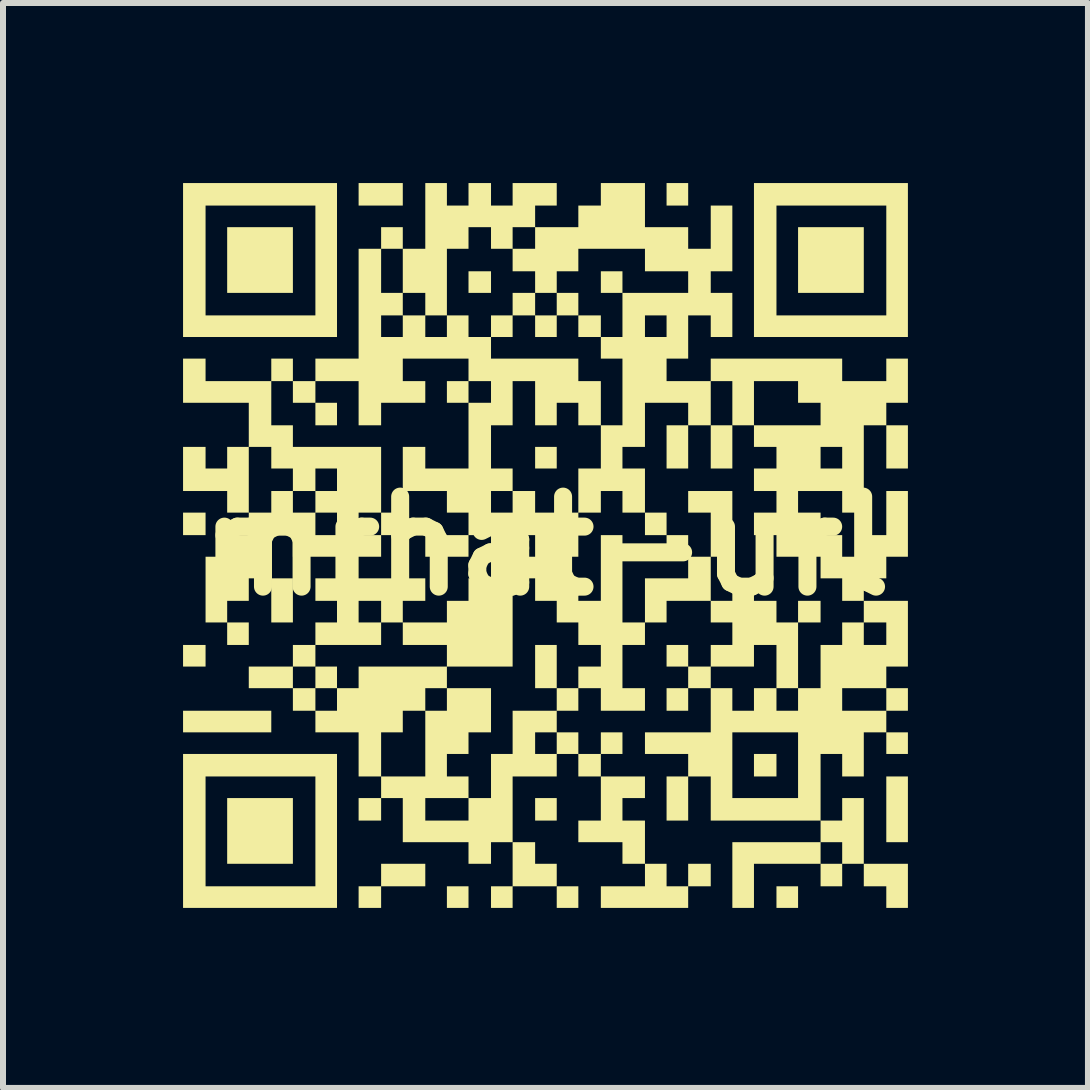
<source format=kicad_pcb>
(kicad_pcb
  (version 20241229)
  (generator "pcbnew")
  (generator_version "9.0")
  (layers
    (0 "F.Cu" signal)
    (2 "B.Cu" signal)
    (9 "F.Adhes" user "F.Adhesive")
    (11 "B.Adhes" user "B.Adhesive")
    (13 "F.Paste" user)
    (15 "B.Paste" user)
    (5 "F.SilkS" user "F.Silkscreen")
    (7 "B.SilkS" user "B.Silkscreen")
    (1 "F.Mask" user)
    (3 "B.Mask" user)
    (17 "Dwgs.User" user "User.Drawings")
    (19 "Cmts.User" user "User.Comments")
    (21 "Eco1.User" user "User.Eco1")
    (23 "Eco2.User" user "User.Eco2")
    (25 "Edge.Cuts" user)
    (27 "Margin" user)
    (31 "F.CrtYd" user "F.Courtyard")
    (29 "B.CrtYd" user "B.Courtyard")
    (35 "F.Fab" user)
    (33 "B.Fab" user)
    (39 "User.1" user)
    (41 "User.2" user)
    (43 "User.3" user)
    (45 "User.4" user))
  (footprint "mrhat-url"
    (layer "F.Cu")
    (at 6.046 6.046)
    (property "Reference" "mrhat-url" (at 0 0 0) (layer "F.SilkS") (effects (font (size 1.5 1.5) (thickness 0.3))))
    (attr board_only exclude_from_pos_files exclude_from_bom)
    (fp_poly (pts (xy -5.671 -0.368) (xy -5.671 -0.18) (xy -5.859 -0.18) (xy -6.046 -0.18) (xy -6.046 -0.368) (xy -6.046 -0.555) (xy -5.859 -0.555) (xy -5.671 -0.555)) (stroke (width 0) (type solid)) (fill yes) (layer "F.SilkS"))
    (fp_poly (pts (xy -5.671 1.83) (xy -5.671 2.01) (xy -5.859 2.01) (xy -6.046 2.01) (xy -6.046 1.83) (xy -6.046 1.65) (xy -5.859 1.65) (xy -5.671 1.65)) (stroke (width 0) (type solid)) (fill yes) (layer "F.SilkS"))
    (fp_poly (pts (xy -4.951 1.463) (xy -4.951 1.65) (xy -5.131 1.65) (xy -5.311 1.65) (xy -5.311 1.463) (xy -5.311 1.275) (xy -5.131 1.275) (xy -4.951 1.275)) (stroke (width 0) (type solid)) (fill yes) (layer "F.SilkS"))
    (fp_poly (pts (xy -4.576 2.926) (xy -4.576 3.106) (xy -5.311 3.106) (xy -6.046 3.106) (xy -6.046 2.926) (xy -6.046 2.746) (xy -5.311 2.746) (xy -4.576 2.746)) (stroke (width 0) (type solid)) (fill yes) (layer "F.SilkS"))
    (fp_poly (pts (xy -4.216 -4.763) (xy -4.216 -4.216) (xy -4.763 -4.216) (xy -5.311 -4.216) (xy -5.311 -4.763) (xy -5.311 -5.311) (xy -4.763 -5.311) (xy -4.216 -5.311)) (stroke (width 0) (type solid)) (fill yes) (layer "F.SilkS"))
    (fp_poly (pts (xy -4.216 0.908) (xy -4.216 1.275) (xy -4.396 1.275) (xy -4.576 1.275) (xy -4.576 0.908) (xy -4.576 0.54) (xy -4.396 0.54) (xy -4.216 0.54)) (stroke (width 0) (type solid)) (fill yes) (layer "F.SilkS"))
    (fp_poly (pts (xy -4.216 4.748) (xy -4.216 5.296) (xy -4.763 5.296) (xy -5.311 5.296) (xy -5.311 4.748) (xy -5.311 4.201) (xy -4.763 4.201) (xy -4.216 4.201)) (stroke (width 0) (type solid)) (fill yes) (layer "F.SilkS"))
    (fp_poly (pts (xy -3.481 -2.198) (xy -3.481 -2.01) (xy -3.661 -2.01) (xy -3.841 -2.01) (xy -3.841 -2.198) (xy -3.841 -2.385) (xy -3.661 -2.385) (xy -3.481 -2.385)) (stroke (width 0) (type solid)) (fill yes) (layer "F.SilkS"))
    (fp_poly (pts (xy -3.481 2.19) (xy -3.481 2.37) (xy -3.661 2.37) (xy -3.841 2.37) (xy -3.841 2.19) (xy -3.841 2.01) (xy -3.661 2.01) (xy -3.481 2.01)) (stroke (width 0) (type solid)) (fill yes) (layer "F.SilkS"))
    (fp_poly (pts (xy -2.385 -5.859) (xy -2.385 -5.671) (xy -2.753 -5.671) (xy -3.121 -5.671) (xy -3.121 -5.859) (xy -3.121 -6.046) (xy -2.753 -6.046) (xy -2.385 -6.046)) (stroke (width 0) (type solid)) (fill yes) (layer "F.SilkS"))
    (fp_poly (pts (xy -2.385 -0.368) (xy -2.385 -0.18) (xy -2.566 -0.18) (xy -2.746 -0.18) (xy -2.746 -0.368) (xy -2.746 -0.555) (xy -2.566 -0.555) (xy -2.385 -0.555)) (stroke (width 0) (type solid)) (fill yes) (layer "F.SilkS"))
    (fp_poly (pts (xy -1.29 -2.566) (xy -1.29 -2.385) (xy -1.47 -2.385) (xy -1.65 -2.385) (xy -1.65 -2.566) (xy -1.65 -2.746) (xy -1.47 -2.746) (xy -1.29 -2.746)) (stroke (width 0) (type solid)) (fill yes) (layer "F.SilkS"))
    (fp_poly (pts (xy -1.29 0) (xy -1.29 0.18) (xy -1.65 0.18) (xy -2.01 0.18) (xy -2.01 0) (xy -2.01 -0.18) (xy -1.65 -0.18) (xy -1.29 -0.18)) (stroke (width 0) (type solid)) (fill yes) (layer "F.SilkS"))
    (fp_poly (pts (xy -1.29 5.851) (xy -1.29 6.031) (xy -1.47 6.031) (xy -1.65 6.031) (xy -1.65 5.851) (xy -1.65 5.671) (xy -1.47 5.671) (xy -1.29 5.671)) (stroke (width 0) (type solid)) (fill yes) (layer "F.SilkS"))
    (fp_poly (pts (xy -0.915 -4.396) (xy -0.915 -4.216) (xy -1.103 -4.216) (xy -1.29 -4.216) (xy -1.29 -4.396) (xy -1.29 -4.576) (xy -1.103 -4.576) (xy -0.915 -4.576)) (stroke (width 0) (type solid)) (fill yes) (layer "F.SilkS"))
    (fp_poly (pts (xy 0.18 -1.47) (xy 0.18 -1.29) (xy 0 -1.29) (xy -0.18 -1.29) (xy -0.18 -1.47) (xy -0.18 -1.65) (xy 0 -1.65) (xy 0.18 -1.65)) (stroke (width 0) (type solid)) (fill yes) (layer "F.SilkS"))
    (fp_poly (pts (xy 0.18 2.01) (xy 0.18 2.37) (xy 0 2.37) (xy -0.18 2.37) (xy -0.18 2.01) (xy -0.18 1.65) (xy 0 1.65) (xy 0.18 1.65)) (stroke (width 0) (type solid)) (fill yes) (layer "F.SilkS"))
    (fp_poly (pts (xy 0.18 4.388) (xy 0.18 4.576) (xy 0 4.576) (xy -0.18 4.576) (xy -0.18 4.388) (xy -0.18 4.201) (xy 0 4.201) (xy 0.18 4.201)) (stroke (width 0) (type solid)) (fill yes) (layer "F.SilkS"))
    (fp_poly (pts (xy 0.54 5.851) (xy 0.54 6.031) (xy 0.36 6.031) (xy 0.18 6.031) (xy 0.18 5.851) (xy 0.18 5.671) (xy 0.36 5.671) (xy 0.54 5.671)) (stroke (width 0) (type solid)) (fill yes) (layer "F.SilkS"))
    (fp_poly (pts (xy 0.915 -3.661) (xy 0.915 -3.481) (xy 0.728 -3.481) (xy 0.54 -3.481) (xy 0.54 -3.661) (xy 0.54 -3.841) (xy 0.728 -3.841) (xy 0.915 -3.841)) (stroke (width 0) (type solid)) (fill yes) (layer "F.SilkS"))
    (fp_poly (pts (xy 1.275 -4.396) (xy 1.275 -4.216) (xy 1.095 -4.216) (xy 0.915 -4.216) (xy 0.915 -4.396) (xy 0.915 -4.576) (xy 1.095 -4.576) (xy 1.275 -4.576)) (stroke (width 0) (type solid)) (fill yes) (layer "F.SilkS"))
    (fp_poly (pts (xy 2.01 -0.368) (xy 2.01 -0.18) (xy 1.83 -0.18) (xy 1.65 -0.18) (xy 1.65 -0.368) (xy 1.65 -0.555) (xy 1.83 -0.555) (xy 2.01 -0.555)) (stroke (width 0) (type solid)) (fill yes) (layer "F.SilkS"))
    (fp_poly (pts (xy 2.37 -5.859) (xy 2.37 -5.671) (xy 2.19 -5.671) (xy 2.01 -5.671) (xy 2.01 -5.859) (xy 2.01 -6.046) (xy 2.19 -6.046) (xy 2.37 -6.046)) (stroke (width 0) (type solid)) (fill yes) (layer "F.SilkS"))
    (fp_poly (pts (xy 2.37 -1.65) (xy 2.37 -1.29) (xy 2.19 -1.29) (xy 2.01 -1.29) (xy 2.01 -1.65) (xy 2.01 -2.01) (xy 2.19 -2.01) (xy 2.37 -2.01)) (stroke (width 0) (type solid)) (fill yes) (layer "F.SilkS"))
    (fp_poly (pts (xy 2.37 0) (xy 2.37 0.18) (xy 2.19 0.18) (xy 2.01 0.18) (xy 2.01 0) (xy 2.01 -0.18) (xy 2.19 -0.18) (xy 2.37 -0.18)) (stroke (width 0) (type solid)) (fill yes) (layer "F.SilkS"))
    (fp_poly (pts (xy 3.106 -1.65) (xy 3.106 -1.29) (xy 2.926 -1.29) (xy 2.746 -1.29) (xy 2.746 -1.65) (xy 2.746 -2.01) (xy 2.926 -2.01) (xy 3.106 -2.01)) (stroke (width 0) (type solid)) (fill yes) (layer "F.SilkS"))
    (fp_poly (pts (xy 3.841 3.653) (xy 3.841 3.841) (xy 3.653 3.841) (xy 3.466 3.841) (xy 3.466 3.653) (xy 3.466 3.466) (xy 3.653 3.466) (xy 3.841 3.466)) (stroke (width 0) (type solid)) (fill yes) (layer "F.SilkS"))
    (fp_poly (pts (xy 4.201 5.851) (xy 4.201 6.031) (xy 4.021 6.031) (xy 3.841 6.031) (xy 3.841 5.851) (xy 3.841 5.671) (xy 4.021 5.671) (xy 4.201 5.671)) (stroke (width 0) (type solid)) (fill yes) (layer "F.SilkS"))
    (fp_poly (pts (xy 4.576 1.095) (xy 4.576 1.275) (xy 4.388 1.275) (xy 4.201 1.275) (xy 4.201 1.095) (xy 4.201 0.915) (xy 4.388 0.915) (xy 4.576 0.915)) (stroke (width 0) (type solid)) (fill yes) (layer "F.SilkS"))
    (fp_poly (pts (xy 5.296 -4.763) (xy 5.296 -4.216) (xy 4.748 -4.216) (xy 4.201 -4.216) (xy 4.201 -4.763) (xy 4.201 -5.311) (xy 4.748 -5.311) (xy 5.296 -5.311)) (stroke (width 0) (type solid)) (fill yes) (layer "F.SilkS"))
    (fp_poly (pts (xy 6.031 -1.65) (xy 6.031 -1.29) (xy 5.851 -1.29) (xy 5.671 -1.29) (xy 5.671 -1.65) (xy 5.671 -2.01) (xy 5.851 -2.01) (xy 6.031 -2.01)) (stroke (width 0) (type solid)) (fill yes) (layer "F.SilkS"))
    (fp_poly (pts (xy 6.031 3.286) (xy 6.031 3.466) (xy 5.851 3.466) (xy 5.671 3.466) (xy 5.671 3.286) (xy 5.671 3.106) (xy 5.851 3.106) (xy 6.031 3.106)) (stroke (width 0) (type solid)) (fill yes) (layer "F.SilkS"))
    (fp_poly (pts (xy 6.031 4.388) (xy 6.031 4.936) (xy 5.851 4.936) (xy 5.671 4.936) (xy 5.671 4.388) (xy 5.671 3.841) (xy 5.851 3.841) (xy 6.031 3.841)) (stroke (width 0) (type solid)) (fill yes) (layer "F.SilkS"))
    (fp_poly (pts (xy 3.106 -0.368) (xy 3.106 0.18) (xy 2.926 0.18) (xy 2.746 0.18) (xy 2.746 -0.188) (xy 2.746 -0.555) (xy 2.558 -0.555) (xy 2.37 -0.555) (xy 2.37 -0.735) (xy 2.37 -0.915) (xy 2.738 -0.915) (xy 3.106 -0.915)) (stroke (width 0) (type solid)) (fill yes) (layer "F.SilkS"))
    (fp_poly (pts (xy 6.031 5.664) (xy 6.031 6.031) (xy 5.851 6.031) (xy 5.671 6.031) (xy 5.671 5.851) (xy 5.671 5.671) (xy 5.484 5.671) (xy 5.296 5.671) (xy 5.296 5.484) (xy 5.296 5.296) (xy 5.664 5.296) (xy 6.031 5.296)) (stroke (width 0) (type solid)) (fill yes) (layer "F.SilkS"))
    (fp_poly (pts (xy -2.01 5.484) (xy -2.01 5.671) (xy -2.378 5.671) (xy -2.746 5.671) (xy -2.746 5.851) (xy -2.746 6.031) (xy -2.933 6.031) (xy -3.121 6.031) (xy -3.121 5.851) (xy -3.121 5.671) (xy -2.933 5.671) (xy -2.746 5.671) (xy -2.746 5.484) (xy -2.746 5.296) (xy -2.378 5.296) (xy -2.01 5.296)) (stroke (width 0) (type solid)) (fill yes) (layer "F.SilkS"))
    (fp_poly (pts (xy -3.481 -4.763) (xy -3.481 -3.481) (xy -4.763 -3.481) (xy -6.046 -3.481) (xy -6.046 -4.763) (xy -6.046 -5.671) (xy -5.671 -5.671) (xy -5.671 -4.756) (xy -5.671 -3.841) (xy -4.756 -3.841) (xy -3.841 -3.841) (xy -3.841 -4.756) (xy -3.841 -5.671) (xy -4.756 -5.671) (xy -5.671 -5.671) (xy -6.046 -5.671) (xy -6.046 -6.046) (xy -4.763 -6.046) (xy -3.481 -6.046)) (stroke (width 0) (type solid)) (fill yes) (layer "F.SilkS"))
    (fp_poly (pts (xy -3.481 4.748) (xy -3.481 6.031) (xy -4.763 6.031) (xy -6.046 6.031) (xy -6.046 4.748) (xy -6.046 3.841) (xy -5.671 3.841) (xy -5.671 4.756) (xy -5.671 5.671) (xy -4.756 5.671) (xy -3.841 5.671) (xy -3.841 4.756) (xy -3.841 3.841) (xy -4.756 3.841) (xy -5.671 3.841) (xy -6.046 3.841) (xy -6.046 3.466) (xy -4.763 3.466) (xy -3.481 3.466)) (stroke (width 0) (type solid)) (fill yes) (layer "F.SilkS"))
    (fp_poly (pts (xy 6.031 -4.763) (xy 6.031 -3.481) (xy 4.748 -3.481) (xy 3.466 -3.481) (xy 3.466 -4.763) (xy 3.466 -5.671) (xy 3.841 -5.671) (xy 3.841 -4.756) (xy 3.841 -3.841) (xy 4.756 -3.841) (xy 5.671 -3.841) (xy 5.671 -4.756) (xy 5.671 -5.671) (xy 4.756 -5.671) (xy 3.841 -5.671) (xy 3.466 -5.671) (xy 3.466 -6.046) (xy 4.748 -6.046) (xy 6.031 -6.046)) (stroke (width 0) (type solid)) (fill yes) (layer "F.SilkS"))
    (fp_poly (pts (xy -0.18 5.116) (xy -0.18 5.296) (xy 0 5.296) (xy 0.18 5.296) (xy 0.18 5.484) (xy 0.18 5.671) (xy -0.188 5.671) (xy -0.555 5.671) (xy -0.555 5.851) (xy -0.555 6.031) (xy -0.735 6.031) (xy -0.915 6.031) (xy -0.915 5.851) (xy -0.915 5.671) (xy -0.735 5.671) (xy -0.555 5.671) (xy -0.555 5.304) (xy -0.555 4.936) (xy -0.368 4.936) (xy -0.18 4.936)) (stroke (width 0) (type solid)) (fill yes) (layer "F.SilkS"))
    (fp_poly (pts (xy 1.65 4.021) (xy 1.65 4.201) (xy 1.463 4.201) (xy 1.275 4.201) (xy 1.275 4.388) (xy 1.275 4.576) (xy 1.463 4.576) (xy 1.65 4.576) (xy 1.65 4.936) (xy 1.65 5.296) (xy 1.463 5.296) (xy 1.275 5.296) (xy 1.275 5.116) (xy 1.275 4.936) (xy 0.908 4.936) (xy 0.54 4.936) (xy 0.54 4.756) (xy 0.54 4.576) (xy 0.728 4.576) (xy 0.915 4.576) (xy 0.915 4.208) (xy 0.915 3.841) (xy 1.283 3.841) (xy 1.65 3.841)) (stroke (width 0) (type solid)) (fill yes) (layer "F.SilkS"))
    (fp_poly (pts (xy 2.01 5.484) (xy 2.01 5.671) (xy 2.19 5.671) (xy 2.37 5.671) (xy 2.37 5.484) (xy 2.37 5.296) (xy 2.558 5.296) (xy 2.746 5.296) (xy 2.746 5.484) (xy 2.746 5.671) (xy 2.558 5.671) (xy 2.37 5.671) (xy 2.37 5.851) (xy 2.37 6.031) (xy 1.643 6.031) (xy 0.915 6.031) (xy 0.915 5.851) (xy 0.915 5.671) (xy 1.283 5.671) (xy 1.65 5.671) (xy 1.65 5.484) (xy 1.65 5.296) (xy 1.83 5.296) (xy 2.01 5.296)) (stroke (width 0) (type solid)) (fill yes) (layer "F.SilkS"))
    (fp_poly (pts (xy -0.18 -4.028) (xy -0.18 -3.841) (xy 0 -3.841) (xy 0.18 -3.841) (xy 0.18 -4.028) (xy 0.18 -4.216) (xy 0.36 -4.216) (xy 0.54 -4.216) (xy 0.54 -4.028) (xy 0.54 -3.841) (xy 0.36 -3.841) (xy 0.18 -3.841) (xy 0.18 -3.661) (xy 0.18 -3.481) (xy 0 -3.481) (xy -0.18 -3.481) (xy -0.18 -3.661) (xy -0.18 -3.841) (xy -0.368 -3.841) (xy -0.555 -3.841) (xy -0.555 -3.661) (xy -0.555 -3.481) (xy -0.735 -3.481) (xy -0.915 -3.481) (xy -0.915 -3.661) (xy -0.915 -3.841) (xy -0.735 -3.841) (xy -0.555 -3.841) (xy -0.555 -4.028) (xy -0.555 -4.216) (xy -0.368 -4.216) (xy -0.18 -4.216)) (stroke (width 0) (type solid)) (fill yes) (layer "F.SilkS"))
    (fp_poly (pts (xy 6.031 1.463) (xy 6.031 2.01) (xy 5.851 2.01) (xy 5.671 2.01) (xy 5.671 2.19) (xy 5.671 2.37) (xy 5.304 2.37) (xy 4.936 2.37) (xy 4.936 2.558) (xy 4.936 2.746) (xy 5.304 2.746) (xy 5.671 2.746) (xy 5.671 2.558) (xy 5.671 2.37) (xy 5.851 2.37) (xy 6.031 2.37) (xy 6.031 2.558) (xy 6.031 2.746) (xy 5.851 2.746) (xy 5.671 2.746) (xy 5.671 2.926) (xy 5.671 3.106) (xy 5.484 3.106) (xy 5.296 3.106) (xy 5.296 3.473) (xy 5.296 3.841) (xy 5.116 3.841) (xy 4.936 3.841) (xy 4.936 3.653) (xy 4.936 3.466) (xy 4.756 3.466) (xy 4.576 3.466) (xy 4.576 4.021) (xy 4.576 4.576) (xy 4.756 4.576) (xy 4.936 4.576) (xy 4.936 4.388) (xy 4.936 4.201) (xy 5.116 4.201) (xy 5.296 4.201) (xy 5.296 4.748) (xy 5.296 5.296) (xy 5.116 5.296) (xy 4.936 5.296) (xy 4.936 5.484) (xy 4.936 5.671) (xy 4.756 5.671) (xy 4.576 5.671) (xy 4.576 5.484) (xy 4.576 5.296) (xy 4.021 5.296) (xy 3.466 5.296) (xy 3.466 5.664) (xy 3.466 6.031) (xy 3.286 6.031) (xy 3.106 6.031) (xy 3.106 5.484) (xy 3.106 4.936) (xy 3.841 4.936) (xy 4.576 4.936) (xy 4.576 5.116) (xy 4.576 5.296) (xy 4.756 5.296) (xy 4.936 5.296) (xy 4.936 5.116) (xy 4.936 4.936) (xy 4.756 4.936) (xy 4.576 4.936) (xy 4.576 4.756) (xy 4.576 4.576) (xy 3.661 4.576) (xy 2.746 4.576) (xy 2.746 4.208) (xy 2.746 3.841) (xy 2.558 3.841) (xy 2.37 3.841) (xy 2.37 4.208) (xy 2.37 4.576) (xy 2.19 4.576) (xy 2.01 4.576) (xy 2.01 4.208) (xy 2.01 3.841) (xy 2.19 3.841) (xy 2.37 3.841) (xy 2.37 3.653) (xy 2.37 3.466) (xy 2.01 3.466) (xy 1.65 3.466) (xy 1.65 3.286) (xy 1.65 3.106) (xy 2.198 3.106) (xy 2.746 3.106) (xy 3.106 3.106) (xy 3.106 3.653) (xy 3.106 4.201) (xy 3.653 4.201) (xy 4.201 4.201) (xy 4.201 3.653) (xy 4.201 3.106) (xy 3.653 3.106) (xy 3.106 3.106) (xy 2.746 3.106) (xy 2.746 2.738) (xy 2.746 2.37) (xy 2.926 2.37) (xy 3.106 2.37) (xy 3.106 2.558) (xy 3.106 2.746) (xy 3.286 2.746) (xy 3.466 2.746) (xy 3.466 2.558) (xy 3.466 2.37) (xy 3.653 2.37) (xy 3.841 2.37) (xy 3.841 2.558) (xy 3.841 2.746) (xy 4.021 2.746) (xy 4.201 2.746) (xy 4.201 2.558) (xy 4.201 2.37) (xy 4.388 2.37) (xy 4.576 2.37) (xy 4.576 2.01) (xy 4.576 1.65) (xy 4.756 1.65) (xy 4.936 1.65) (xy 4.936 1.463) (xy 4.936 1.275) (xy 5.116 1.275) (xy 5.296 1.275) (xy 5.296 1.463) (xy 5.296 1.65) (xy 5.484 1.65) (xy 5.671 1.65) (xy 5.671 1.463) (xy 5.671 1.275) (xy 5.484 1.275) (xy 5.296 1.275) (xy 5.296 1.095) (xy 5.296 0.915) (xy 5.664 0.915) (xy 6.031 0.915)) (stroke (width 0) (type solid)) (fill yes) (layer "F.SilkS"))
    (fp_poly (pts (xy -1.65 -5.859) (xy -1.65 -5.671) (xy -1.47 -5.671) (xy -1.29 -5.671) (xy -1.29 -5.859) (xy -1.29 -6.046) (xy -1.103 -6.046) (xy -0.915 -6.046) (xy -0.915 -5.859) (xy -0.915 -5.671) (xy -0.735 -5.671) (xy -0.555 -5.671) (xy -0.555 -5.859) (xy -0.555 -6.046) (xy -0.188 -6.046) (xy 0.18 -6.046) (xy 0.18 -5.859) (xy 0.18 -5.671) (xy 0 -5.671) (xy -0.18 -5.671) (xy -0.18 -5.491) (xy -0.18 -5.311) (xy 0.18 -5.311) (xy 0.54 -5.311) (xy 0.54 -5.491) (xy 0.54 -5.671) (xy 0.728 -5.671) (xy 0.915 -5.671) (xy 0.915 -5.859) (xy 0.915 -6.046) (xy 1.283 -6.046) (xy 1.65 -6.046) (xy 1.65 -5.679) (xy 1.65 -5.311) (xy 2.01 -5.311) (xy 2.37 -5.311) (xy 2.37 -5.131) (xy 2.37 -4.951) (xy 2.558 -4.951) (xy 2.746 -4.951) (xy 2.746 -5.311) (xy 2.746 -5.671) (xy 2.926 -5.671) (xy 3.106 -5.671) (xy 3.106 -5.124) (xy 3.106 -4.576) (xy 2.926 -4.576) (xy 2.746 -4.576) (xy 2.746 -4.396) (xy 2.746 -4.216) (xy 2.926 -4.216) (xy 3.106 -4.216) (xy 3.106 -3.848) (xy 3.106 -3.481) (xy 2.926 -3.481) (xy 2.746 -3.481) (xy 2.746 -3.661) (xy 2.746 -3.841) (xy 2.558 -3.841) (xy 2.37 -3.841) (xy 2.37 -3.481) (xy 2.37 -3.121) (xy 2.19 -3.121) (xy 2.01 -3.121) (xy 2.01 -2.933) (xy 2.01 -2.746) (xy 2.378 -2.746) (xy 2.746 -2.746) (xy 2.746 -2.933) (xy 2.746 -3.121) (xy 3.841 -3.121) (xy 4.936 -3.121) (xy 4.936 -2.933) (xy 4.936 -2.746) (xy 5.304 -2.746) (xy 5.671 -2.746) (xy 5.671 -2.933) (xy 5.671 -3.121) (xy 5.851 -3.121) (xy 6.031 -3.121) (xy 6.031 -2.753) (xy 6.031 -2.385) (xy 5.851 -2.385) (xy 5.671 -2.385) (xy 5.671 -2.198) (xy 5.671 -2.01) (xy 5.484 -2.01) (xy 5.296 -2.01) (xy 5.296 -1.283) (xy 5.296 -0.555) (xy 5.116 -0.555) (xy 4.936 -0.555) (xy 4.936 -0.735) (xy 4.936 -0.915) (xy 4.568 -0.915) (xy 4.201 -0.915) (xy 4.201 -0.735) (xy 4.201 -0.555) (xy 4.388 -0.555) (xy 4.576 -0.555) (xy 4.576 -0.368) (xy 4.576 -0.18) (xy 4.756 -0.18) (xy 4.936 -0.18) (xy 4.936 0) (xy 4.936 0.18) (xy 5.116 0.18) (xy 5.296 0.18) (xy 5.296 0) (xy 5.296 -0.18) (xy 5.484 -0.18) (xy 5.671 -0.18) (xy 5.671 -0.548) (xy 5.671 -0.915) (xy 5.851 -0.915) (xy 6.031 -0.915) (xy 6.031 -0.368) (xy 6.031 0.18) (xy 5.851 0.18) (xy 5.671 0.18) (xy 5.671 0.36) (xy 5.671 0.54) (xy 5.484 0.54) (xy 5.296 0.54) (xy 5.296 0.728) (xy 5.296 0.915) (xy 5.116 0.915) (xy 4.936 0.915) (xy 4.936 0.728) (xy 4.936 0.54) (xy 4.756 0.54) (xy 4.576 0.54) (xy 4.576 0.36) (xy 4.576 0.18) (xy 4.208 0.18) (xy 3.841 0.18) (xy 3.841 0) (xy 3.841 -0.18) (xy 3.653 -0.18) (xy 3.466 -0.18) (xy 3.466 -0.368) (xy 3.466 -0.555) (xy 3.653 -0.555) (xy 3.841 -0.555) (xy 3.841 -0.735) (xy 3.841 -0.915) (xy 3.653 -0.915) (xy 3.466 -0.915) (xy 3.466 -1.103) (xy 3.466 -1.29) (xy 3.653 -1.29) (xy 3.841 -1.29) (xy 3.841 -1.47) (xy 3.841 -1.65) (xy 4.576 -1.65) (xy 4.576 -1.47) (xy 4.576 -1.29) (xy 4.756 -1.29) (xy 4.936 -1.29) (xy 4.936 -1.47) (xy 4.936 -1.65) (xy 4.756 -1.65) (xy 4.576 -1.65) (xy 3.841 -1.65) (xy 3.653 -1.65) (xy 3.466 -1.65) (xy 3.466 -1.83) (xy 3.466 -2.01) (xy 4.021 -2.01) (xy 4.576 -2.01) (xy 4.576 -2.198) (xy 4.576 -2.385) (xy 4.388 -2.385) (xy 4.201 -2.385) (xy 4.201 -2.566) (xy 4.201 -2.746) (xy 3.833 -2.746) (xy 3.466 -2.746) (xy 3.466 -2.378) (xy 3.466 -2.01) (xy 3.286 -2.01) (xy 3.106 -2.01) (xy 3.106 -2.378) (xy 3.106 -2.746) (xy 2.926 -2.746) (xy 2.746 -2.746) (xy 2.746 -2.378) (xy 2.746 -2.01) (xy 2.558 -2.01) (xy 2.37 -2.01) (xy 2.37 -2.198) (xy 2.37 -2.385) (xy 2.01 -2.385) (xy 1.65 -2.385) (xy 1.65 -2.018) (xy 1.65 -1.65) (xy 1.463 -1.65) (xy 1.275 -1.65) (xy 1.275 -1.47) (xy 1.275 -1.29) (xy 1.463 -1.29) (xy 1.65 -1.29) (xy 1.65 -0.923) (xy 1.65 -0.555) (xy 1.463 -0.555) (xy 1.275 -0.555) (xy 1.275 -0.735) (xy 1.275 -0.915) (xy 1.095 -0.915) (xy 0.915 -0.915) (xy 0.915 -0.735) (xy 0.915 -0.555) (xy 0.728 -0.555) (xy 0.54 -0.555) (xy 0.54 -0.923) (xy 0.54 -1.29) (xy 0.728 -1.29) (xy 0.915 -1.29) (xy 0.915 -1.65) (xy 0.915 -2.01) (xy 1.095 -2.01) (xy 1.275 -2.01) (xy 1.275 -2.566) (xy 1.275 -3.121) (xy 1.095 -3.121) (xy 0.915 -3.121) (xy 0.915 -3.301) (xy 0.915 -3.481) (xy 1.095 -3.481) (xy 1.275 -3.481) (xy 1.275 -3.841) (xy 1.65 -3.841) (xy 1.65 -3.661) (xy 1.65 -3.481) (xy 1.83 -3.481) (xy 2.01 -3.481) (xy 2.01 -3.661) (xy 2.01 -3.841) (xy 1.83 -3.841) (xy 1.65 -3.841) (xy 1.275 -3.841) (xy 1.275 -3.848) (xy 1.275 -4.216) (xy 1.823 -4.216) (xy 2.37 -4.216) (xy 2.37 -4.396) (xy 2.37 -4.576) (xy 2.01 -4.576) (xy 1.65 -4.576) (xy 1.65 -4.763) (xy 1.65 -4.951) (xy 1.095 -4.951) (xy 0.54 -4.951) (xy 0.54 -4.763) (xy 0.54 -4.576) (xy 0.36 -4.576) (xy 0.18 -4.576) (xy 0.18 -4.396) (xy 0.18 -4.216) (xy 0 -4.216) (xy -0.18 -4.216) (xy -0.18 -4.396) (xy -0.18 -4.576) (xy -0.368 -4.576) (xy -0.555 -4.576) (xy -0.555 -4.763) (xy -0.555 -4.951) (xy -0.368 -4.951) (xy -0.18 -4.951) (xy -0.18 -5.131) (xy -0.18 -5.311) (xy -0.368 -5.311) (xy -0.555 -5.311) (xy -0.555 -5.131) (xy -0.555 -4.951) (xy -0.735 -4.951) (xy -0.915 -4.951) (xy -0.915 -5.131) (xy -0.915 -5.311) (xy -1.103 -5.311) (xy -1.29 -5.311) (xy -1.29 -5.131) (xy -1.29 -4.951) (xy -1.47 -4.951) (xy -1.65 -4.951) (xy -1.65 -4.396) (xy -1.65 -3.841) (xy -1.83 -3.841) (xy -2.01 -3.841) (xy -2.01 -4.028) (xy -2.01 -4.216) (xy -2.198 -4.216) (xy -2.385 -4.216) (xy -2.385 -4.028) (xy -2.385 -3.841) (xy -2.566 -3.841) (xy -2.746 -3.841) (xy -2.746 -3.661) (xy -2.746 -3.481) (xy -2.566 -3.481) (xy -2.385 -3.481) (xy -2.385 -3.661) (xy -2.385 -3.841) (xy -2.198 -3.841) (xy -2.01 -3.841) (xy -2.01 -3.661) (xy -2.01 -3.481) (xy -1.83 -3.481) (xy -1.65 -3.481) (xy -1.65 -3.661) (xy -1.65 -3.841) (xy -1.47 -3.841) (xy -1.29 -3.841) (xy -1.29 -3.661) (xy -1.29 -3.481) (xy -1.103 -3.481) (xy -0.915 -3.481) (xy -0.915 -3.301) (xy -0.915 -3.121) (xy -0.188 -3.121) (xy 0.54 -3.121) (xy 0.54 -2.933) (xy 0.54 -2.746) (xy 0.728 -2.746) (xy 0.915 -2.746) (xy 0.915 -2.378) (xy 0.915 -2.01) (xy 0.728 -2.01) (xy 0.54 -2.01) (xy 0.54 -2.198) (xy 0.54 -2.385) (xy 0.36 -2.385) (xy 0.18 -2.385) (xy 0.18 -2.198) (xy 0.18 -2.01) (xy 0 -2.01) (xy -0.18 -2.01) (xy -0.18 -2.378) (xy -0.18 -2.746) (xy -0.368 -2.746) (xy -0.555 -2.746) (xy -0.555 -2.378) (xy -0.555 -2.01) (xy -0.735 -2.01) (xy -0.915 -2.01) (xy -0.915 -1.65) (xy -0.915 -1.29) (xy -0.735 -1.29) (xy -0.555 -1.29) (xy -0.555 -1.103) (xy -0.555 -0.915) (xy -0.735 -0.915) (xy -0.915 -0.915) (xy -0.915 -0.735) (xy -0.915 -0.555) (xy -0.735 -0.555) (xy -0.555 -0.555) (xy -0.555 -0.735) (xy -0.555 -0.915) (xy -0.368 -0.915) (xy -0.18 -0.915) (xy -0.18 -0.735) (xy -0.18 -0.555) (xy 0.18 -0.555) (xy 0.54 -0.555) (xy 0.54 -0.188) (xy 0.54 0.18) (xy 0.36 0.18) (xy 0.18 0.18) (xy 0.18 0.36) (xy 0.18 0.54) (xy 0.36 0.54) (xy 0.54 0.54) (xy 0.54 0.728) (xy 0.54 0.915) (xy 0.728 0.915) (xy 0.915 0.915) (xy 0.915 0.368) (xy 0.915 -0.18) (xy 1.095 -0.18) (xy 1.275 -0.18) (xy 1.275 0.548) (xy 1.275 1.275) (xy 1.463 1.275) (xy 1.65 1.275) (xy 1.65 0.908) (xy 1.65 0.54) (xy 2.01 0.54) (xy 2.37 0.54) (xy 2.37 0.36) (xy 2.37 0.18) (xy 2.558 0.18) (xy 2.746 0.18) (xy 2.746 0.548) (xy 2.746 0.915) (xy 2.926 0.915) (xy 3.106 0.915) (xy 3.106 0.728) (xy 3.106 0.54) (xy 3.286 0.54) (xy 3.466 0.54) (xy 3.466 0.728) (xy 3.466 0.915) (xy 3.653 0.915) (xy 3.841 0.915) (xy 3.841 1.095) (xy 3.841 1.275) (xy 4.021 1.275) (xy 4.201 1.275) (xy 4.201 1.823) (xy 4.201 2.37) (xy 4.021 2.37) (xy 3.841 2.37) (xy 3.841 2.01) (xy 3.841 1.65) (xy 3.653 1.65) (xy 3.466 1.65) (xy 3.466 1.83) (xy 3.466 2.01) (xy 3.106 2.01) (xy 2.746 2.01) (xy 2.746 2.19) (xy 2.746 2.37) (xy 2.558 2.37) (xy 2.37 2.37) (xy 2.37 2.558) (xy 2.37 2.746) (xy 2.19 2.746) (xy 2.01 2.746) (xy 2.01 2.558) (xy 2.01 2.37) (xy 2.19 2.37) (xy 2.37 2.37) (xy 2.37 2.19) (xy 2.37 2.01) (xy 2.19 2.01) (xy 2.01 2.01) (xy 2.01 1.83) (xy 2.01 1.65) (xy 2.19 1.65) (xy 2.37 1.65) (xy 2.37 1.83) (xy 2.37 2.01) (xy 2.558 2.01) (xy 2.746 2.01) (xy 2.746 1.83) (xy 2.746 1.65) (xy 2.926 1.65) (xy 3.106 1.65) (xy 3.106 1.463) (xy 3.106 1.275) (xy 2.926 1.275) (xy 2.746 1.275) (xy 2.746 1.095) (xy 2.746 0.915) (xy 2.378 0.915) (xy 2.01 0.915) (xy 2.01 1.095) (xy 2.01 1.275) (xy 1.83 1.275) (xy 1.65 1.275) (xy 1.65 1.463) (xy 1.65 1.65) (xy 1.463 1.65) (xy 1.275 1.65) (xy 1.275 2.01) (xy 1.275 2.37) (xy 1.463 2.37) (xy 1.65 2.37) (xy 1.65 2.558) (xy 1.65 2.746) (xy 1.283 2.746) (xy 0.915 2.746) (xy 0.915 2.558) (xy 0.915 2.37) (xy 0.728 2.37) (xy 0.54 2.37) (xy 0.54 2.558) (xy 0.54 2.746) (xy 0.36 2.746) (xy 0.18 2.746) (xy 0.18 2.926) (xy 0.18 3.106) (xy 0 3.106) (xy -0.18 3.106) (xy -0.18 3.286) (xy -0.18 3.466) (xy 0 3.466) (xy 0.18 3.466) (xy 0.18 3.286) (xy 0.18 3.106) (xy 0.36 3.106) (xy 0.54 3.106) (xy 0.54 3.286) (xy 0.54 3.466) (xy 0.728 3.466) (xy 0.915 3.466) (xy 0.915 3.286) (xy 0.915 3.106) (xy 1.095 3.106) (xy 1.275 3.106) (xy 1.275 3.286) (xy 1.275 3.466) (xy 1.095 3.466) (xy 0.915 3.466) (xy 0.915 3.653) (xy 0.915 3.841) (xy 0.728 3.841) (xy 0.54 3.841) (xy 0.54 3.653) (xy 0.54 3.466) (xy 0.36 3.466) (xy 0.18 3.466) (xy 0.18 3.653) (xy 0.18 3.841) (xy -0.188 3.841) (xy -0.555 3.841) (xy -0.555 4.388) (xy -0.555 4.936) (xy -0.735 4.936) (xy -0.915 4.936) (xy -0.915 5.116) (xy -0.915 5.296) (xy -1.103 5.296) (xy -1.29 5.296) (xy -1.29 5.116) (xy -1.29 4.936) (xy -1.838 4.936) (xy -2.385 4.936) (xy -2.385 4.568) (xy -2.385 4.201) (xy -2.566 4.201) (xy -2.746 4.201) (xy -2.746 4.388) (xy -2.746 4.576) (xy -2.933 4.576) (xy -3.121 4.576) (xy -3.121 4.388) (xy -3.121 4.201) (xy -2.933 4.201) (xy -2.746 4.201) (xy -2.746 4.021) (xy -2.746 3.841) (xy -2.933 3.841) (xy -3.121 3.841) (xy -3.121 3.473) (xy -3.121 3.106) (xy -3.481 3.106) (xy -3.841 3.106) (xy -3.841 2.926) (xy -3.841 2.746) (xy -4.028 2.746) (xy -4.216 2.746) (xy -4.216 2.558) (xy -4.216 2.37) (xy -4.028 2.37) (xy -3.841 2.37) (xy -3.841 2.558) (xy -3.841 2.746) (xy -3.661 2.746) (xy -3.481 2.746) (xy -3.481 2.558) (xy -3.481 2.37) (xy -3.301 2.37) (xy -3.121 2.37) (xy -3.121 2.19) (xy -3.121 2.01) (xy -2.385 2.01) (xy -1.65 2.01) (xy -1.65 2.19) (xy -1.65 2.37) (xy -1.83 2.37) (xy -2.01 2.37) (xy -2.01 2.558) (xy -2.01 2.746) (xy -2.198 2.746) (xy -2.385 2.746) (xy -2.385 2.926) (xy -2.385 3.106) (xy -2.566 3.106) (xy -2.746 3.106) (xy -2.746 3.473) (xy -2.746 3.841) (xy -2.378 3.841) (xy -2.01 3.841) (xy -2.01 3.293) (xy -2.01 2.746) (xy -1.83 2.746) (xy -1.65 2.746) (xy -1.65 2.558) (xy -1.65 2.37) (xy -1.283 2.37) (xy -0.915 2.37) (xy -0.915 2.738) (xy -0.915 3.106) (xy -1.103 3.106) (xy -1.29 3.106) (xy -1.29 3.286) (xy -1.29 3.466) (xy -1.47 3.466) (xy -1.65 3.466) (xy -1.65 3.653) (xy -1.65 3.841) (xy -1.47 3.841) (xy -1.29 3.841) (xy -1.29 4.021) (xy -1.29 4.201) (xy -1.65 4.201) (xy -2.01 4.201) (xy -2.01 4.388) (xy -2.01 4.576) (xy -1.65 4.576) (xy -1.29 4.576) (xy -1.29 4.388) (xy -1.29 4.201) (xy -1.103 4.201) (xy -0.915 4.201) (xy -0.915 3.833) (xy -0.915 3.466) (xy -0.735 3.466) (xy -0.555 3.466) (xy -0.555 3.106) (xy -0.555 2.746) (xy -0.188 2.746) (xy 0.18 2.746) (xy 0.18 2.558) (xy 0.18 2.37) (xy 0.36 2.37) (xy 0.54 2.37) (xy 0.54 2.19) (xy 0.54 2.01) (xy 0.728 2.01) (xy 0.915 2.01) (xy 0.915 1.83) (xy 0.915 1.65) (xy 0.728 1.65) (xy 0.54 1.65) (xy 0.54 1.463) (xy 0.54 1.275) (xy 0.36 1.275) (xy 0.18 1.275) (xy 0.18 1.095) (xy 0.18 0.915) (xy 0 0.915) (xy -0.18 0.915) (xy -0.18 0.728) (xy -0.18 0.54) (xy -0.368 0.54) (xy -0.555 0.54) (xy -0.555 1.275) (xy -0.555 2.01) (xy -1.103 2.01) (xy -1.65 2.01) (xy -1.65 1.83) (xy -1.65 1.65) (xy -2.018 1.65) (xy -2.385 1.65) (xy -2.385 1.463) (xy -2.385 1.275) (xy -2.018 1.275) (xy -1.65 1.275) (xy -1.65 1.095) (xy -1.65 0.915) (xy -1.47 0.915) (xy -1.29 0.915) (xy -1.29 0.728) (xy -1.29 0.54) (xy -1.103 0.54) (xy -0.915 0.54) (xy -0.915 0.18) (xy -0.915 -0.18) (xy -0.555 -0.18) (xy -0.555 0) (xy -0.555 0.18) (xy -0.368 0.18) (xy -0.18 0.18) (xy -0.18 0) (xy -0.18 -0.18) (xy -0.368 -0.18) (xy -0.555 -0.18) (xy -0.915 -0.18) (xy -1.103 -0.18) (xy -1.29 -0.18) (xy -1.29 -0.368) (xy -1.29 -0.555) (xy -1.47 -0.555) (xy -1.65 -0.555) (xy -1.65 -0.735) (xy -1.65 -0.915) (xy -2.018 -0.915) (xy -2.385 -0.915) (xy -2.385 -1.283) (xy -2.385 -1.65) (xy -2.198 -1.65) (xy -2.01 -1.65) (xy -2.01 -1.47) (xy -2.01 -1.29) (xy -1.65 -1.29) (xy -1.29 -1.29) (xy -1.29 -1.838) (xy -1.29 -2.385) (xy -1.103 -2.385) (xy -0.915 -2.385) (xy -0.915 -2.566) (xy -0.915 -2.746) (xy -1.103 -2.746) (xy -1.29 -2.746) (xy -1.29 -2.933) (xy -1.29 -3.121) (xy -1.838 -3.121) (xy -2.385 -3.121) (xy -2.385 -2.933) (xy -2.385 -2.746) (xy -2.198 -2.746) (xy -2.01 -2.746) (xy -2.01 -2.566) (xy -2.01 -2.385) (xy -2.378 -2.385) (xy -2.746 -2.385) (xy -2.746 -2.198) (xy -2.746 -2.01) (xy -2.933 -2.01) (xy -3.121 -2.01) (xy -3.121 -2.378) (xy -3.121 -2.746) (xy -3.481 -2.746) (xy -3.841 -2.746) (xy -3.841 -2.566) (xy -3.841 -2.385) (xy -4.028 -2.385) (xy -4.216 -2.385) (xy -4.216 -2.566) (xy -4.216 -2.746) (xy -4.396 -2.746) (xy -4.576 -2.746) (xy -4.576 -2.378) (xy -4.576 -2.01) (xy -4.396 -2.01) (xy -4.216 -2.01) (xy -4.216 -1.83) (xy -4.216 -1.65) (xy -3.481 -1.65) (xy -2.746 -1.65) (xy -2.746 -1.103) (xy -2.746 -0.555) (xy -2.933 -0.555) (xy -3.121 -0.555) (xy -3.121 -0.368) (xy -3.121 -0.18) (xy -2.933 -0.18) (xy -2.746 -0.18) (xy -2.746 0) (xy -2.746 0.18) (xy -2.933 0.18) (xy -3.121 0.18) (xy -3.121 0.36) (xy -3.121 0.54) (xy -2.566 0.54) (xy -2.01 0.54) (xy -2.01 0.728) (xy -2.01 0.915) (xy -2.198 0.915) (xy -2.385 0.915) (xy -2.385 1.095) (xy -2.385 1.275) (xy -2.566 1.275) (xy -2.746 1.275) (xy -2.746 1.095) (xy -2.746 0.915) (xy -2.933 0.915) (xy -3.121 0.915) (xy -3.121 1.095) (xy -3.121 1.275) (xy -2.933 1.275) (xy -2.746 1.275) (xy -2.746 1.463) (xy -2.746 1.65) (xy -3.293 1.65) (xy -3.841 1.65) (xy -3.841 1.83) (xy -3.841 2.01) (xy -4.028 2.01) (xy -4.216 2.01) (xy -4.216 2.19) (xy -4.216 2.37) (xy -4.583 2.37) (xy -4.951 2.37) (xy -4.951 2.19) (xy -4.951 2.01) (xy -4.583 2.01) (xy -4.216 2.01) (xy -4.216 1.83) (xy -4.216 1.65) (xy -4.028 1.65) (xy -3.841 1.65) (xy -3.841 1.463) (xy -3.841 1.275) (xy -3.661 1.275) (xy -3.481 1.275) (xy -3.481 1.095) (xy -3.481 0.915) (xy -3.661 0.915) (xy -3.841 0.915) (xy -3.841 0.728) (xy -3.841 0.54) (xy -3.661 0.54) (xy -3.481 0.54) (xy -3.481 0.36) (xy -3.481 0.18) (xy -3.848 0.18) (xy -4.216 0.18) (xy -4.216 0) (xy -4.216 -0.18) (xy -4.396 -0.18) (xy -4.576 -0.18) (xy -4.576 0.18) (xy -4.576 0.54) (xy -4.763 0.54) (xy -4.951 0.54) (xy -4.951 0.728) (xy -4.951 0.915) (xy -5.131 0.915) (xy -5.311 0.915) (xy -5.311 1.095) (xy -5.311 1.275) (xy -5.491 1.275) (xy -5.671 1.275) (xy -5.671 0.728) (xy -5.671 0.18) (xy -5.491 0.18) (xy -5.311 0.18) (xy -5.311 0) (xy -5.311 -0.18) (xy -5.131 -0.18) (xy -4.951 -0.18) (xy -4.951 -0.368) (xy -4.951 -0.555) (xy -5.131 -0.555) (xy -5.311 -0.555) (xy -5.311 -0.735) (xy -5.311 -0.915) (xy -5.679 -0.915) (xy -6.046 -0.915) (xy -6.046 -1.283) (xy -6.046 -1.65) (xy -5.859 -1.65) (xy -5.671 -1.65) (xy -5.671 -1.47) (xy -5.671 -1.29) (xy -5.491 -1.29) (xy -5.311 -1.29) (xy -5.311 -1.47) (xy -5.311 -1.65) (xy -5.131 -1.65) (xy -4.951 -1.65) (xy -4.951 -1.103) (xy -4.951 -0.555) (xy -4.763 -0.555) (xy -4.576 -0.555) (xy -4.576 -0.735) (xy -4.576 -0.915) (xy -4.396 -0.915) (xy -4.216 -0.915) (xy -4.216 -0.735) (xy -4.216 -0.555) (xy -4.028 -0.555) (xy -3.841 -0.555) (xy -3.841 -0.368) (xy -3.841 -0.18) (xy -3.661 -0.18) (xy -3.481 -0.18) (xy -3.481 -0.368) (xy -3.481 -0.555) (xy -3.661 -0.555) (xy -3.841 -0.555) (xy -3.841 -0.735) (xy -3.841 -0.915) (xy -3.661 -0.915) (xy -3.481 -0.915) (xy -3.481 -1.103) (xy -3.481 -1.29) (xy -3.661 -1.29) (xy -3.841 -1.29) (xy -3.841 -1.103) (xy -3.841 -0.915) (xy -4.028 -0.915) (xy -4.216 -0.915) (xy -4.216 -1.103) (xy -4.216 -1.29) (xy -4.396 -1.29) (xy -4.576 -1.29) (xy -4.576 -1.47) (xy -4.576 -1.65) (xy -4.763 -1.65) (xy -4.951 -1.65) (xy -4.951 -2.018) (xy -4.951 -2.385) (xy -5.499 -2.385) (xy -6.046 -2.385) (xy -6.046 -2.753) (xy -6.046 -3.121) (xy -5.859 -3.121) (xy -5.671 -3.121) (xy -5.671 -2.933) (xy -5.671 -2.746) (xy -5.124 -2.746) (xy -4.576 -2.746) (xy -4.576 -2.933) (xy -4.576 -3.121) (xy -4.396 -3.121) (xy -4.216 -3.121) (xy -4.216 -2.933) (xy -4.216 -2.746) (xy -4.028 -2.746) (xy -3.841 -2.746) (xy -3.841 -2.933) (xy -3.841 -3.121) (xy -3.481 -3.121) (xy -3.121 -3.121) (xy -3.121 -4.036) (xy -3.121 -4.951) (xy -2.933 -4.951) (xy -2.746 -4.951) (xy -2.746 -4.583) (xy -2.746 -4.216) (xy -2.566 -4.216) (xy -2.385 -4.216) (xy -2.385 -4.583) (xy -2.385 -4.951) (xy -2.566 -4.951) (xy -2.746 -4.951) (xy -2.746 -5.131) (xy -2.746 -5.311) (xy -2.566 -5.311) (xy -2.385 -5.311) (xy -2.385 -5.131) (xy -2.385 -4.951) (xy -2.198 -4.951) (xy -2.01 -4.951) (xy -2.01 -5.499) (xy -2.01 -6.046) (xy -1.83 -6.046) (xy -1.65 -6.046)) (stroke (width 0) (type solid)) (fill yes) (layer "F.SilkS")))
  (gr_rect
    (start -3 -3)
    (end 15.077 15.077)
    (stroke (width 0.1) (type default))
    (fill no)
    (layer "Edge.Cuts")))
</source>
